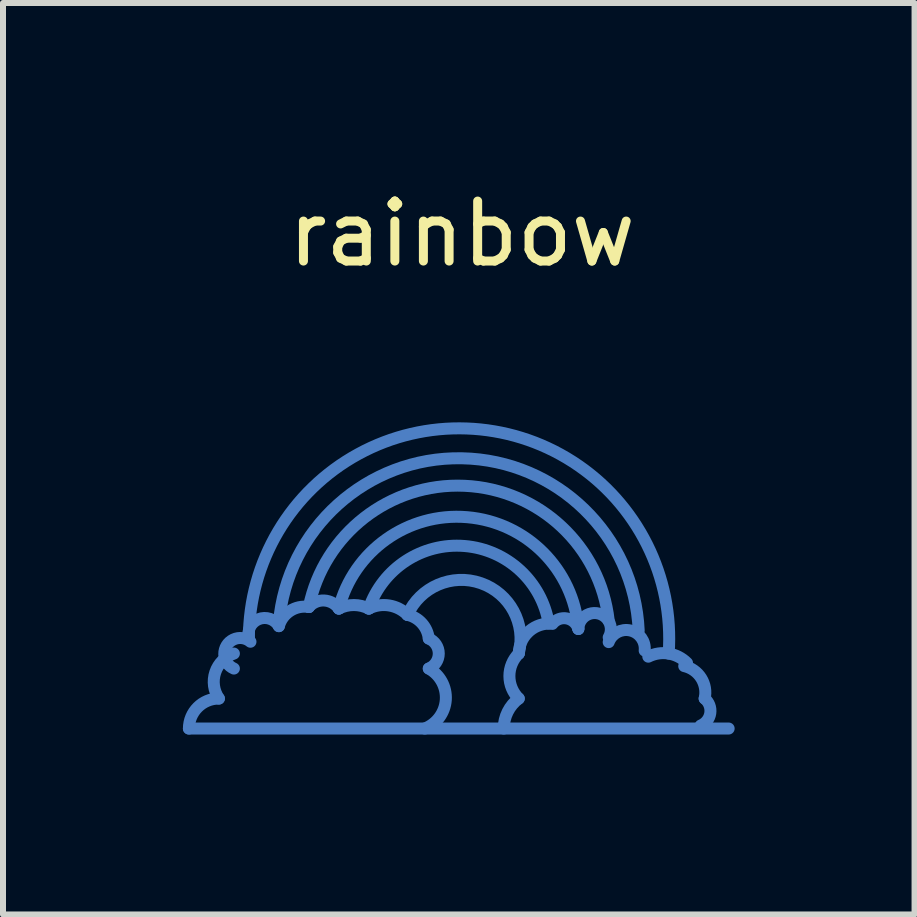
<source format=kicad_pcb>
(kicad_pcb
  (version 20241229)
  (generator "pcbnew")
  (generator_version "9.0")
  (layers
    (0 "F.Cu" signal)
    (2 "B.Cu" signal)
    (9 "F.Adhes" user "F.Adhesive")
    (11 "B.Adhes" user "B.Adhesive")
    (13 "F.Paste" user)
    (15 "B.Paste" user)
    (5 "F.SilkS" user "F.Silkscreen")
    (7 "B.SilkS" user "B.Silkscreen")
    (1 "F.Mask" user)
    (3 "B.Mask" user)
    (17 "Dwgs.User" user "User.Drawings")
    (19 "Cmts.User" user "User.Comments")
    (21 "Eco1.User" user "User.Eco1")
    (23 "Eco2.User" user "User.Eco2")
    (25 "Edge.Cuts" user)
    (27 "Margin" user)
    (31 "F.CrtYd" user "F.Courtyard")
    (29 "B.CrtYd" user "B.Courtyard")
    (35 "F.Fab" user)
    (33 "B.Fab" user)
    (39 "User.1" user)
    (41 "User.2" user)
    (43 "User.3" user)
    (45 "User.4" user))
  (footprint "rainbow"
    (layer "F.Cu")
    (at 4.653 5.848)
    (property "Reference" "rainbow" (at 0 -5 0) (unlocked yes) (layer "F.SilkS") (effects (font (size 1 1) (thickness 0.15))))
    (fp_line (start -4.553 3.25) (end 4.447 3.25) (stroke (width 0.2) (type solid)) (layer "B.Cu"))
    (fp_arc (start -4.552962 3.25) (mid -4.406515 2.896447) (end -4.052962 2.75) (stroke (width 0.2) (type solid)) (layer "B.Cu"))
    (fp_arc (start -4.052962 2.75) (mid -4.113455 2.313169) (end -3.802962 2) (stroke (width 0.2) (type solid)) (layer "B.Cu"))
    (fp_arc (start -3.802962 2.25) (mid -3.923945 1.86621) (end -3.526568 1.802786) (stroke (width 0.2) (type solid)) (layer "B.Cu"))
    (fp_arc (start -3.552962 1.75) (mid 0.076582 -1.752231) (end 3.447038 2) (stroke (width 0.2) (type solid)) (layer "B.Cu"))
    (fp_arc (start -3.552961 1.750001) (mid -3.393621 1.427578) (end -3.052962 1.542894) (stroke (width 0.2) (type solid)) (layer "B.Cu"))
    (fp_arc (start -3.052962 1.5) (mid 0.001176 -1.256041) (end 2.947038 1.615442) (stroke (width 0.2) (type solid)) (layer "B.Cu"))
    (fp_arc (start -3.052962 1.542894) (mid -2.863938 1.28781) (end -2.552962 1.223847) (stroke (width 0.2) (type solid)) (layer "B.Cu"))
    (fp_arc (start -2.552962 1.223847) (mid -2.296605 1.115385) (end -2.052962 1.25) (stroke (width 0.2) (type solid)) (layer "B.Cu"))
    (fp_arc (start -2.552962 1.223847) (mid 0.043569 -0.797285) (end 2.447038 1.45) (stroke (width 0.2) (type solid)) (layer "B.Cu"))
    (fp_arc (start -2.052962 1.25) (mid 0.087567 -0.274002) (end 1.940681 1.588903) (stroke (width 0.2) (type solid)) (layer "B.Cu"))
    (fp_arc (start -2.052962 1.250001) (mid -1.802962 1.190984) (end -1.552962 1.250001) (stroke (width 0.2) (type solid)) (layer "B.Cu"))
    (fp_arc (start -1.552962 1.250001) (mid -1.213418 1.198202) (end -0.907678 1.354716) (stroke (width 0.2) (type solid)) (layer "B.Cu"))
    (fp_arc (start -1.552962 1.250001) (mid 0.044416 0.206459) (end 1.447038 1.5) (stroke (width 0.2) (type solid)) (layer "B.Cu"))
    (fp_arc (start -0.907678 1.354717) (mid -0.667232 1.495745) (end -0.552962 1.75) (stroke (width 0.2) (type solid)) (layer "B.Cu"))
    (fp_arc (start -0.907678 1.354717) (mid 0.315956 0.825782) (end 0.947038 2) (stroke (width 0.2) (type solid)) (layer "B.Cu"))
    (fp_arc (start -0.552962 1.75) (mid -0.38677 2) (end -0.552962 2.25) (stroke (width 0.2) (type solid)) (layer "B.Cu"))
    (fp_arc (start -0.552962 2.25) (mid -0.26925 2.771166) (end -0.619715 3.25) (stroke (width 0.2) (type solid)) (layer "B.Cu"))
    (fp_arc (start 0.697038 3.25) (mid 0.763021 2.970492) (end 0.947038 2.75) (stroke (width 0.2) (type solid)) (layer "B.Cu"))
    (fp_arc (start 0.947038 2) (mid 1.09716 1.650122) (end 1.447038 1.5) (stroke (width 0.2) (type solid)) (layer "B.Cu"))
    (fp_arc (start 0.947038 2.75) (mid 0.791335 2.375) (end 0.947038 2) (stroke (width 0.2) (type solid)) (layer "B.Cu"))
    (fp_arc (start 1.508014 1.505084) (mid 1.750001 1.414573) (end 1.940681 1.588903) (stroke (width 0.2) (type solid)) (layer "B.Cu"))
    (fp_arc (start 1.940681 1.588903) (mid 2.284788 1.334375) (end 2.447038 1.730441) (stroke (width 0.2) (type solid)) (layer "B.Cu"))
    (fp_arc (start 2.447038 1.809017) (mid 2.809086 1.615442) (end 3.047038 1.95) (stroke (width 0.2) (type solid)) (layer "B.Cu"))
    (fp_arc (start 3.107494 2.051799) (mid 3.447038 2) (end 3.752778 2.156514) (stroke (width 0.2) (type solid)) (layer "B.Cu"))
    (fp_arc (start 3.706592 2.208973) (mid 3.989224 2.408752) (end 4.047038 2.75) (stroke (width 0.2) (type solid)) (layer "B.Cu"))
    (fp_arc (start 4.047038 2.75) (mid 4.140882 2.993672) (end 3.980846 3.2) (stroke (width 0.2) (type solid)) (layer "B.Cu")))
  (gr_rect
    (start -3 -3)
    (end 12.2 12.198)
    (stroke (width 0.1) (type default))
    (fill no)
    (layer "Edge.Cuts")))
</source>
